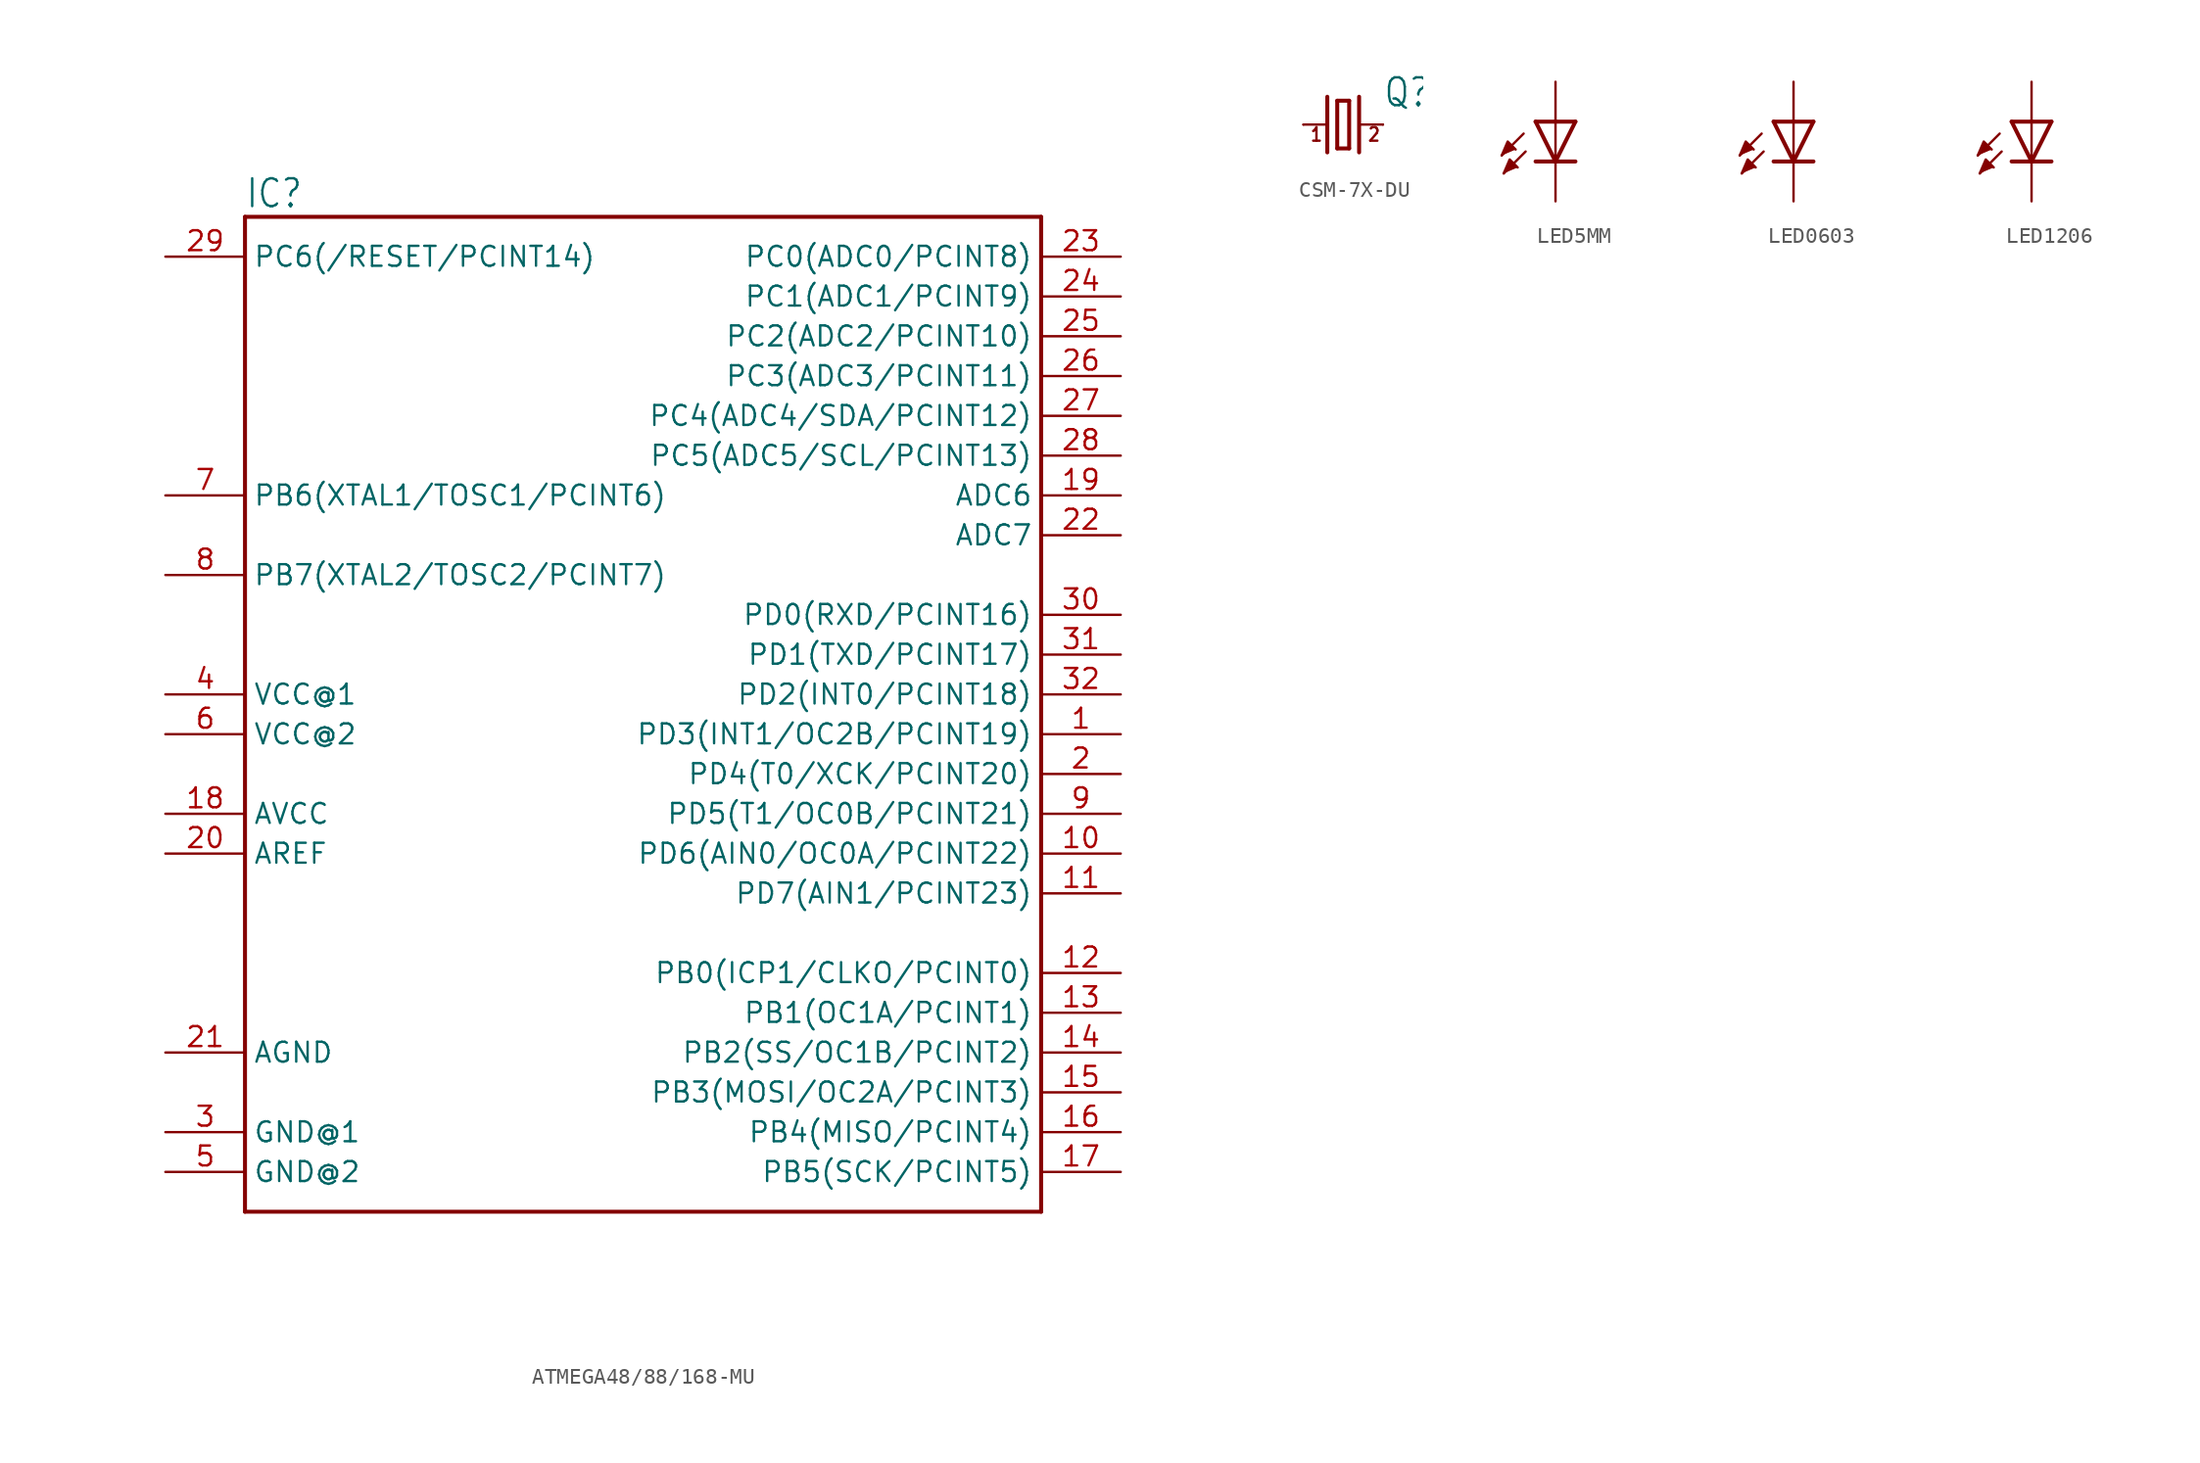
<source format=kicad_sym>
(kicad_symbol_lib
  (version 20220914)
  (generator kicad_symbol_editor)
  (symbol "ATMEGA48/88/168-MU"
    (property "Reference" "IC"
      (at -25.4 33.02 0)
      (effects (font (size 1.778 1.511)) (justify left top)))
    (property "Value" ""
      (at -25.4 -35.56 0)
      (effects (font (size 1.778 1.511)) (justify left bottom)))
    (property "ki_locked" ""
      (at 0 0 0)
      (effects (font (size 1.27 1.27))))
    (symbol "ATMEGA48/88/168-MU_1_0"
      (polyline (pts (xy -25.4 -33.02) (xy -25.4 30.48)) (stroke (width 0.254) (type solid)) (fill (type none)))
      (polyline (pts (xy -25.4 30.48) (xy 25.4 30.48)) (stroke (width 0.254) (type solid)) (fill (type none)))
      (polyline (pts (xy 25.4 -33.02) (xy -25.4 -33.02)) (stroke (width 0.254) (type solid)) (fill (type none)))
      (polyline (pts (xy 25.4 30.48) (xy 25.4 -33.02)) (stroke (width 0.254) (type solid)) (fill (type none)))
      (pin bidirectional line (at 30.48 -2.54 180) (length 5.08) (name "PD3(INT1/OC2B/PCINT19)" (effects (font (size 1.27 1.27)))) (number "1" (effects (font (size 1.27 1.27)))))
      (pin bidirectional line (at 30.48 -10.16 180) (length 5.08) (name "PD6(AIN0/OC0A/PCINT22)" (effects (font (size 1.27 1.27)))) (number "10" (effects (font (size 1.27 1.27)))))
      (pin bidirectional line (at 30.48 -12.7 180) (length 5.08) (name "PD7(AIN1/PCINT23)" (effects (font (size 1.27 1.27)))) (number "11" (effects (font (size 1.27 1.27)))))
      (pin bidirectional line (at 30.48 -17.78 180) (length 5.08) (name "PB0(ICP1/CLKO/PCINT0)" (effects (font (size 1.27 1.27)))) (number "12" (effects (font (size 1.27 1.27)))))
      (pin bidirectional line (at 30.48 -20.32 180) (length 5.08) (name "PB1(OC1A/PCINT1)" (effects (font (size 1.27 1.27)))) (number "13" (effects (font (size 1.27 1.27)))))
      (pin bidirectional line (at 30.48 -22.86 180) (length 5.08) (name "PB2(SS/OC1B/PCINT2)" (effects (font (size 1.27 1.27)))) (number "14" (effects (font (size 1.27 1.27)))))
      (pin bidirectional line (at 30.48 -25.4 180) (length 5.08) (name "PB3(MOSI/OC2A/PCINT3)" (effects (font (size 1.27 1.27)))) (number "15" (effects (font (size 1.27 1.27)))))
      (pin bidirectional line (at 30.48 -27.94 180) (length 5.08) (name "PB4(MISO/PCINT4)" (effects (font (size 1.27 1.27)))) (number "16" (effects (font (size 1.27 1.27)))))
      (pin bidirectional line (at 30.48 -30.48 180) (length 5.08) (name "PB5(SCK/PCINT5)" (effects (font (size 1.27 1.27)))) (number "17" (effects (font (size 1.27 1.27)))))
      (pin passive line (at -30.48 -7.62 0) (length 5.08) (name "AVCC" (effects (font (size 1.27 1.27)))) (number "18" (effects (font (size 1.27 1.27)))))
      (pin passive line (at 30.48 12.7 180) (length 5.08) (name "ADC6" (effects (font (size 1.27 1.27)))) (number "19" (effects (font (size 1.27 1.27)))))
      (pin bidirectional line (at 30.48 -5.08 180) (length 5.08) (name "PD4(T0/XCK/PCINT20)" (effects (font (size 1.27 1.27)))) (number "2" (effects (font (size 1.27 1.27)))))
      (pin passive line (at -30.48 -10.16 0) (length 5.08) (name "AREF" (effects (font (size 1.27 1.27)))) (number "20" (effects (font (size 1.27 1.27)))))
      (pin power_in line (at -30.48 -22.86 0) (length 5.08) (name "AGND" (effects (font (size 1.27 1.27)))) (number "21" (effects (font (size 1.27 1.27)))))
      (pin passive line (at 30.48 10.16 180) (length 5.08) (name "ADC7" (effects (font (size 1.27 1.27)))) (number "22" (effects (font (size 1.27 1.27)))))
      (pin bidirectional line (at 30.48 27.94 180) (length 5.08) (name "PC0(ADC0/PCINT8)" (effects (font (size 1.27 1.27)))) (number "23" (effects (font (size 1.27 1.27)))))
      (pin bidirectional line (at 30.48 25.4 180) (length 5.08) (name "PC1(ADC1/PCINT9)" (effects (font (size 1.27 1.27)))) (number "24" (effects (font (size 1.27 1.27)))))
      (pin bidirectional line (at 30.48 22.86 180) (length 5.08) (name "PC2(ADC2/PCINT10)" (effects (font (size 1.27 1.27)))) (number "25" (effects (font (size 1.27 1.27)))))
      (pin bidirectional line (at 30.48 20.32 180) (length 5.08) (name "PC3(ADC3/PCINT11)" (effects (font (size 1.27 1.27)))) (number "26" (effects (font (size 1.27 1.27)))))
      (pin bidirectional line (at 30.48 17.78 180) (length 5.08) (name "PC4(ADC4/SDA/PCINT12)" (effects (font (size 1.27 1.27)))) (number "27" (effects (font (size 1.27 1.27)))))
      (pin bidirectional line (at 30.48 15.24 180) (length 5.08) (name "PC5(ADC5/SCL/PCINT13)" (effects (font (size 1.27 1.27)))) (number "28" (effects (font (size 1.27 1.27)))))
      (pin bidirectional line (at -30.48 27.94 0) (length 5.08) (name "PC6(/RESET/PCINT14)" (effects (font (size 1.27 1.27)))) (number "29" (effects (font (size 1.27 1.27)))))
      (pin power_in line (at -30.48 -27.94 0) (length 5.08) (name "GND@1" (effects (font (size 1.27 1.27)))) (number "3" (effects (font (size 1.27 1.27)))))
      (pin bidirectional line (at 30.48 5.08 180) (length 5.08) (name "PD0(RXD/PCINT16)" (effects (font (size 1.27 1.27)))) (number "30" (effects (font (size 1.27 1.27)))))
      (pin bidirectional line (at 30.48 2.54 180) (length 5.08) (name "PD1(TXD/PCINT17)" (effects (font (size 1.27 1.27)))) (number "31" (effects (font (size 1.27 1.27)))))
      (pin bidirectional line (at 30.48 0 180) (length 5.08) (name "PD2(INT0/PCINT18)" (effects (font (size 1.27 1.27)))) (number "32" (effects (font (size 1.27 1.27)))))
      (pin power_in line (at -30.48 0 0) (length 5.08) (name "VCC@1" (effects (font (size 1.27 1.27)))) (number "4" (effects (font (size 1.27 1.27)))))
      (pin power_in line (at -30.48 -30.48 0) (length 5.08) (name "GND@2" (effects (font (size 1.27 1.27)))) (number "5" (effects (font (size 1.27 1.27)))))
      (pin power_in line (at -30.48 -2.54 0) (length 5.08) (name "VCC@2" (effects (font (size 1.27 1.27)))) (number "6" (effects (font (size 1.27 1.27)))))
      (pin bidirectional line (at -30.48 12.7 0) (length 5.08) (name "PB6(XTAL1/TOSC1/PCINT6)" (effects (font (size 1.27 1.27)))) (number "7" (effects (font (size 1.27 1.27)))))
      (pin bidirectional line (at -30.48 7.62 0) (length 5.08) (name "PB7(XTAL2/TOSC2/PCINT7)" (effects (font (size 1.27 1.27)))) (number "8" (effects (font (size 1.27 1.27)))))
      (pin bidirectional line (at 30.48 -7.62 180) (length 5.08) (name "PD5(T1/OC0B/PCINT21)" (effects (font (size 1.27 1.27)))) (number "9" (effects (font (size 1.27 1.27)))))))
  (symbol "CSM-7X-DU"
    (property "Reference" "Q"
      (at 2.54 1.016 0)
      (effects (font (size 1.778 1.511)) (justify left bottom)))
    (property "Value" ""
      (at 2.54 -2.54 0)
      (effects (font (size 1.778 1.511)) (justify left bottom)))
    (property "ki_locked" ""
      (at 0 0 0)
      (effects (font (size 1.27 1.27))))
    (symbol "CSM-7X-DU_1_0"
      (polyline (pts (xy -2.54 0) (xy -1.016 0)) (stroke (width 0.152) (type solid)) (fill (type none)))
      (polyline (pts (xy -1.016 1.778) (xy -1.016 -1.778)) (stroke (width 0.254) (type solid)) (fill (type none)))
      (polyline (pts (xy -0.381 -1.524) (xy 0.381 -1.524)) (stroke (width 0.254) (type solid)) (fill (type none)))
      (polyline (pts (xy -0.381 1.524) (xy -0.381 -1.524)) (stroke (width 0.254) (type solid)) (fill (type none)))
      (polyline (pts (xy 0.381 -1.524) (xy 0.381 1.524)) (stroke (width 0.254) (type solid)) (fill (type none)))
      (polyline (pts (xy 0.381 1.524) (xy -0.381 1.524)) (stroke (width 0.254) (type solid)) (fill (type none)))
      (polyline (pts (xy 1.016 0) (xy 2.54 0)) (stroke (width 0.152) (type solid)) (fill (type none)))
      (polyline (pts (xy 1.016 1.778) (xy 1.016 -1.778)) (stroke (width 0.254) (type solid)) (fill (type none)))
      (text "1" (at -2.159 -1.143 0) (effects (font (size 0.864 0.734)) (justify left bottom)))
      (text "2" (at 1.524 -1.143 0) (effects (font (size 0.864 0.734)) (justify left bottom)))
      (pin passive line (at -2.54 0 0) (length 0) (name "1" (effects (font (size 0 0)))) (number "1" (effects (font (size 0 0)))))
      (pin passive line (at 2.54 0 180) (length 0) (name "2" (effects (font (size 0 0)))) (number "2" (effects (font (size 0 0)))))))
  (symbol "LED5MM"
    (property "Reference" ""
      (at 3.556 -2.032 90)
      (effects (font (size 1.778 1.511)) (justify left bottom) hide))
    (property "Value" ""
      (at 5.715 -2.032 90)
      (effects (font (size 1.778 1.511)) (justify left bottom)))
    (property "ki_locked" ""
      (at 0 0 0)
      (effects (font (size 1.27 1.27))))
    (symbol "LED5MM_1_0"
      (polyline (pts (xy -2.032 1.778) (xy -3.429 0.381)) (stroke (width 0.152) (type solid)) (fill (type none)))
      (polyline (pts (xy -1.905 0.635) (xy -3.302 -0.762)) (stroke (width 0.152) (type solid)) (fill (type none)))
      (polyline (pts (xy 0 0) (xy -1.27 0)) (stroke (width 0.254) (type solid)) (fill (type none)))
      (polyline (pts (xy 0 0) (xy -1.27 2.54)) (stroke (width 0.254) (type solid)) (fill (type none)))
      (polyline (pts (xy 0 2.54) (xy -1.27 2.54)) (stroke (width 0.254) (type solid)) (fill (type none)))
      (polyline (pts (xy 0 2.54) (xy 0 0)) (stroke (width 0.152) (type solid)) (fill (type none)))
      (polyline (pts (xy 1.27 0) (xy 0 0)) (stroke (width 0.254) (type solid)) (fill (type none)))
      (polyline (pts (xy 1.27 2.54) (xy 0 0)) (stroke (width 0.254) (type solid)) (fill (type none)))
      (polyline (pts (xy 1.27 2.54) (xy 0 2.54)) (stroke (width 0.254) (type solid)) (fill (type none)))
      (polyline (pts (xy -3.429 0.381) (xy -3.048 1.27) (xy -2.54 0.762)) (stroke (width 0.152) (type solid)) (fill (type outline)))
      (polyline (pts (xy -3.302 -0.762) (xy -2.921 0.127) (xy -2.413 -0.381)) (stroke (width 0.152) (type solid)) (fill (type outline)))
      (pin passive line (at 0 5.08 270) (length 2.54) (name "A" (effects (font (size 0 0)))) (number "IN" (effects (font (size 0 0)))))
      (pin passive line (at 0 -2.54 90) (length 2.54) (name "C" (effects (font (size 0 0)))) (number "OUT" (effects (font (size 0 0)))))))
  (symbol "LED0603"
    (property "Reference" ""
      (at 3.556 -2.032 90)
      (effects (font (size 1.778 1.511)) (justify left bottom) hide))
    (property "Value" ""
      (at 5.715 -2.032 90)
      (effects (font (size 1.778 1.511)) (justify left bottom)))
    (property "ki_locked" ""
      (at 0 0 0)
      (effects (font (size 1.27 1.27))))
    (symbol "LED0603_1_0"
      (polyline (pts (xy -2.032 1.778) (xy -3.429 0.381)) (stroke (width 0.152) (type solid)) (fill (type none)))
      (polyline (pts (xy -1.905 0.635) (xy -3.302 -0.762)) (stroke (width 0.152) (type solid)) (fill (type none)))
      (polyline (pts (xy 0 0) (xy -1.27 0)) (stroke (width 0.254) (type solid)) (fill (type none)))
      (polyline (pts (xy 0 0) (xy -1.27 2.54)) (stroke (width 0.254) (type solid)) (fill (type none)))
      (polyline (pts (xy 0 2.54) (xy -1.27 2.54)) (stroke (width 0.254) (type solid)) (fill (type none)))
      (polyline (pts (xy 0 2.54) (xy 0 0)) (stroke (width 0.152) (type solid)) (fill (type none)))
      (polyline (pts (xy 1.27 0) (xy 0 0)) (stroke (width 0.254) (type solid)) (fill (type none)))
      (polyline (pts (xy 1.27 2.54) (xy 0 0)) (stroke (width 0.254) (type solid)) (fill (type none)))
      (polyline (pts (xy 1.27 2.54) (xy 0 2.54)) (stroke (width 0.254) (type solid)) (fill (type none)))
      (polyline (pts (xy -3.429 0.381) (xy -3.048 1.27) (xy -2.54 0.762)) (stroke (width 0.152) (type solid)) (fill (type outline)))
      (polyline (pts (xy -3.302 -0.762) (xy -2.921 0.127) (xy -2.413 -0.381)) (stroke (width 0.152) (type solid)) (fill (type outline)))
      (pin passive line (at 0 5.08 270) (length 2.54) (name "A" (effects (font (size 0 0)))) (number "1" (effects (font (size 0 0)))))
      (pin passive line (at 0 -2.54 90) (length 2.54) (name "C" (effects (font (size 0 0)))) (number "2" (effects (font (size 0 0)))))))
  (symbol "LED1206"
    (property "Reference" ""
      (at 3.556 -2.032 90)
      (effects (font (size 1.778 1.511)) (justify left bottom) hide))
    (property "Value" ""
      (at 5.715 -2.032 90)
      (effects (font (size 1.778 1.511)) (justify left bottom)))
    (property "ki_locked" ""
      (at 0 0 0)
      (effects (font (size 1.27 1.27))))
    (symbol "LED1206_1_0"
      (polyline (pts (xy -2.032 1.778) (xy -3.429 0.381)) (stroke (width 0.152) (type solid)) (fill (type none)))
      (polyline (pts (xy -1.905 0.635) (xy -3.302 -0.762)) (stroke (width 0.152) (type solid)) (fill (type none)))
      (polyline (pts (xy 0 0) (xy -1.27 0)) (stroke (width 0.254) (type solid)) (fill (type none)))
      (polyline (pts (xy 0 0) (xy -1.27 2.54)) (stroke (width 0.254) (type solid)) (fill (type none)))
      (polyline (pts (xy 0 2.54) (xy -1.27 2.54)) (stroke (width 0.254) (type solid)) (fill (type none)))
      (polyline (pts (xy 0 2.54) (xy 0 0)) (stroke (width 0.152) (type solid)) (fill (type none)))
      (polyline (pts (xy 1.27 0) (xy 0 0)) (stroke (width 0.254) (type solid)) (fill (type none)))
      (polyline (pts (xy 1.27 2.54) (xy 0 0)) (stroke (width 0.254) (type solid)) (fill (type none)))
      (polyline (pts (xy 1.27 2.54) (xy 0 2.54)) (stroke (width 0.254) (type solid)) (fill (type none)))
      (polyline (pts (xy -3.429 0.381) (xy -3.048 1.27) (xy -2.54 0.762)) (stroke (width 0.152) (type solid)) (fill (type outline)))
      (polyline (pts (xy -3.302 -0.762) (xy -2.921 0.127) (xy -2.413 -0.381)) (stroke (width 0.152) (type solid)) (fill (type outline)))
      (pin passive line (at 0 5.08 270) (length 2.54) (name "A" (effects (font (size 0 0)))) (number "1" (effects (font (size 0 0)))))
      (pin passive line (at 0 -2.54 90) (length 2.54) (name "C" (effects (font (size 0 0)))) (number "2" (effects (font (size 0 0))))))))
</source>
